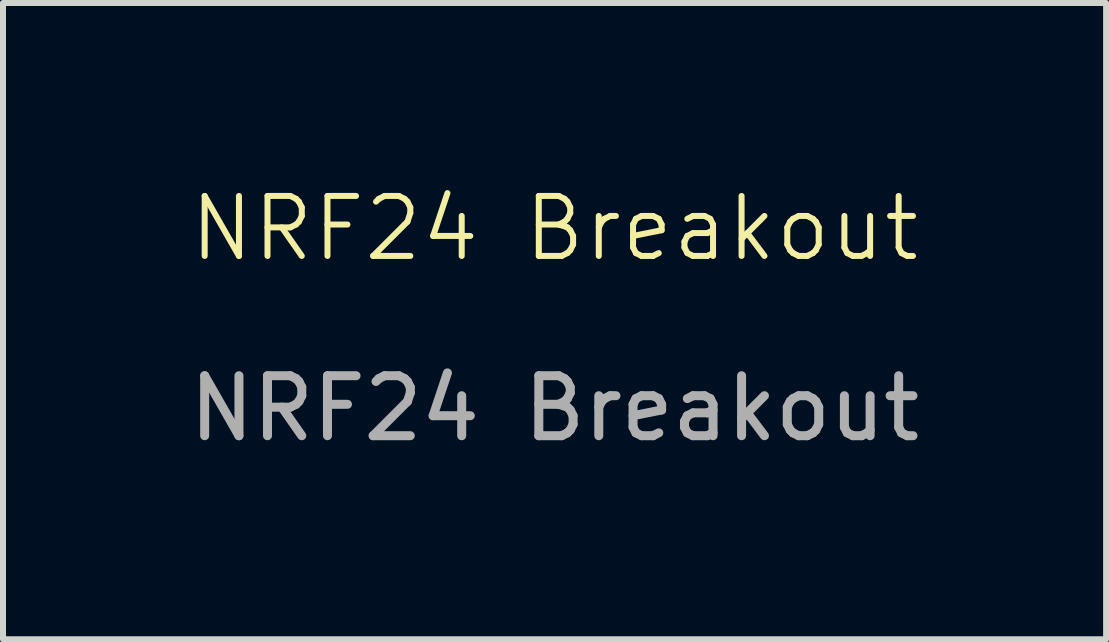
<source format=kicad_pcb>
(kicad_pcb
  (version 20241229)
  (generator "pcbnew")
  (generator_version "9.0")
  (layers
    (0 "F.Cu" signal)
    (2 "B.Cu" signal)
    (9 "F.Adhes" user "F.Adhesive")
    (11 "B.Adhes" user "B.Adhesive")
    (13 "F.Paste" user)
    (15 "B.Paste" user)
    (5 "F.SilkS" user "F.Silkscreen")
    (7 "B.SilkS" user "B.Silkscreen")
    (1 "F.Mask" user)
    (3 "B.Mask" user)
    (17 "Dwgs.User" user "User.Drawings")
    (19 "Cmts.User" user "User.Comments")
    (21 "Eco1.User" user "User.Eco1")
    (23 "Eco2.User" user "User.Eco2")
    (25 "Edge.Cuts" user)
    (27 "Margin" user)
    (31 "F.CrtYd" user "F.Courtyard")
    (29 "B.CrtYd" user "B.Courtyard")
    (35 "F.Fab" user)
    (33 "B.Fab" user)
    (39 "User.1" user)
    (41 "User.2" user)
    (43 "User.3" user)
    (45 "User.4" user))
  (footprint "NRF24 Breakout"
    (layer "F.Cu")
    (at 6.196 1.26)
    (property "Reference" "NRF24 Breakout" (at 0 -0.5 0) (unlocked yes) (layer "F.SilkS") (effects (font (size 1 1) (thickness 0.1))))
    (attr through_hole)
    (fp_text user "${REFERENCE}" (at 0 2.5 0) (unlocked yes) (layer "F.Fab") (effects (font (size 1 1) (thickness 0.15)))))
  (gr_rect
    (start -3 -3)
    (end 15.393 7.609)
    (stroke (width 0.1) (type default))
    (fill no)
    (layer "Edge.Cuts")))
</source>
